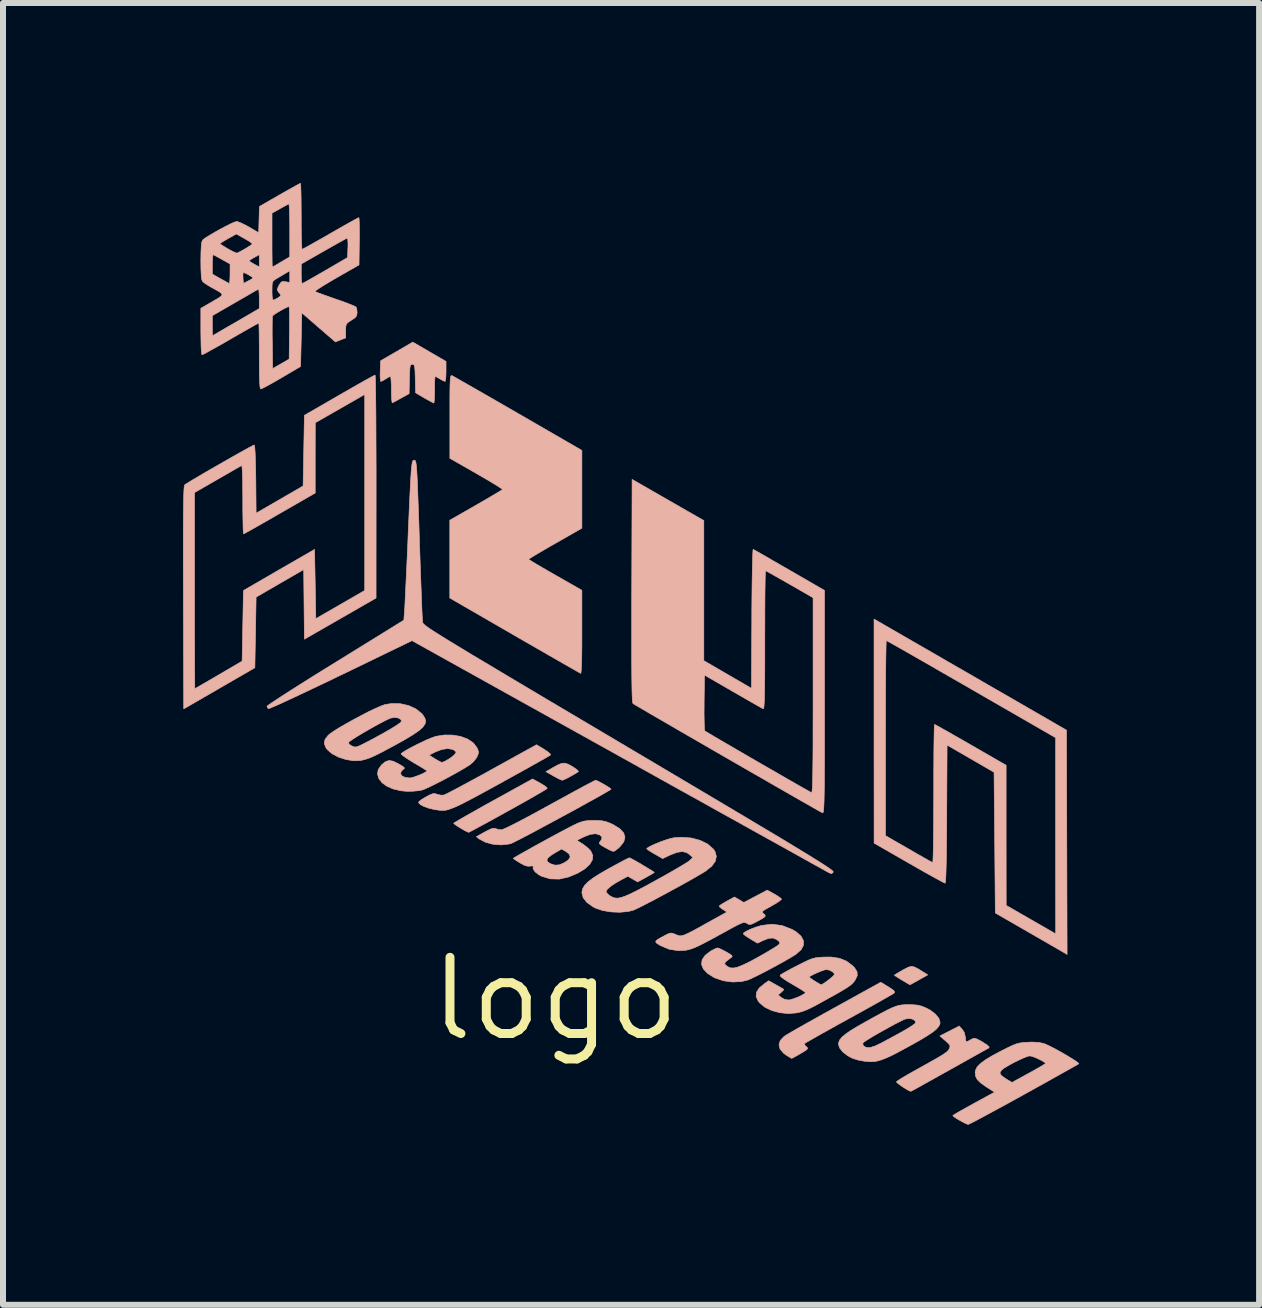
<source format=kicad_pcb>
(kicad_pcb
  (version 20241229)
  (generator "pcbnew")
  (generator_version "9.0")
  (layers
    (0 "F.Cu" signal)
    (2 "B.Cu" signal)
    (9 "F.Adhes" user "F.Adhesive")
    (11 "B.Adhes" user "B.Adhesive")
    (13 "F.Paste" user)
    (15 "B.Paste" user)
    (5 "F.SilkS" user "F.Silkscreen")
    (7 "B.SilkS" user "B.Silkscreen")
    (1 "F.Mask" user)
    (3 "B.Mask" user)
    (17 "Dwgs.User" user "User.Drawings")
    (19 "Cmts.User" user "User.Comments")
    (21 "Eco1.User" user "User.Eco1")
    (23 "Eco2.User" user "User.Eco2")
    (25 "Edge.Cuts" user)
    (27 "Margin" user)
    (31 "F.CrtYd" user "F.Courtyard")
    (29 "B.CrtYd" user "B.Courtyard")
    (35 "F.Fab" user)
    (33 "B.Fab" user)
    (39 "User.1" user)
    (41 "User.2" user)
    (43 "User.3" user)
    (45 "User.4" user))
  (footprint "logo"
    (layer "F.Cu")
    (at 6.903 10.794)
    (property "Reference" "logo" (at -0.7 2.8 0) (layer "F.SilkS") (effects (font (size 1.27 1.27) (thickness 0.15))))
    (attr through_hole)
    (fp_poly (pts (xy -0.589 -1.123) (xy -0.652 -1.099) (xy -0.737 -1.052) (xy -0.741 -1.05) (xy -0.855 -0.984) (xy -0.73 -0.913) (xy -0.664 -0.877) (xy -0.611 -0.851) (xy -0.584 -0.841) (xy -0.555 -0.851) (xy -0.502 -0.876) (xy -0.446 -0.906) (xy -0.383 -0.942) (xy -0.334 -0.971) (xy -0.314 -0.985) (xy -0.323 -1.003) (xy -0.36 -1.034) (xy -0.416 -1.071) (xy -0.484 -1.108) (xy -0.538 -1.126) (xy -0.589 -1.123)) (stroke (width 0.01) (type solid)) (fill yes) (layer "B.SilkS"))
    (fp_poly (pts (xy 5.185 2.274) (xy 5.122 2.306) (xy 5.091 2.323) (xy 5.025 2.361) (xy 4.975 2.391) (xy 4.952 2.407) (xy 4.952 2.408) (xy 4.968 2.42) (xy 5.01 2.447) (xy 5.066 2.482) (xy 5.125 2.517) (xy 5.176 2.547) (xy 5.207 2.565) (xy 5.212 2.567) (xy 5.231 2.557) (xy 5.278 2.531) (xy 5.343 2.495) (xy 5.362 2.484) (xy 5.508 2.402) (xy 5.419 2.346) (xy 5.338 2.296) (xy 5.281 2.269) (xy 5.234 2.261) (xy 5.185 2.274)) (stroke (width 0.01) (type solid)) (fill yes) (layer "B.SilkS"))
    (fp_poly (pts (xy -1.736 -0.5) (xy -1.888 -0.416) (xy -2.027 -0.337) (xy -2.15 -0.268) (xy -2.253 -0.209) (xy -2.33 -0.164) (xy -2.378 -0.135) (xy -2.393 -0.124) (xy -2.376 -0.108) (xy -2.334 -0.078) (xy -2.277 -0.043) (xy -2.219 -0.009) (xy -2.17 0.016) (xy -2.143 0.027) (xy -2.143 0.027) (xy -2.122 0.017) (xy -2.068 -0.011) (xy -1.986 -0.056) (xy -1.879 -0.113) (xy -1.753 -0.182) (xy -1.612 -0.26) (xy -1.484 -0.331) (xy -1.333 -0.415) (xy -1.194 -0.493) (xy -1.072 -0.562) (xy -0.971 -0.621) (xy -0.894 -0.666) (xy -0.847 -0.695) (xy -0.833 -0.706) (xy -0.847 -0.725) (xy -0.889 -0.756) (xy -0.951 -0.793) (xy -0.952 -0.794) (xy -1.078 -0.863) (xy -1.736 -0.5)) (stroke (width 0.01) (type solid)) (fill yes) (layer "B.SilkS"))
    (fp_poly (pts (xy 3.954 2.951) (xy 3.786 3.044) (xy 3.627 3.133) (xy 3.482 3.214) (xy 3.355 3.286) (xy 3.25 3.346) (xy 3.172 3.392) (xy 3.125 3.421) (xy 3.115 3.428) (xy 3.051 3.495) (xy 3.029 3.566) (xy 3.046 3.638) (xy 3.105 3.707) (xy 3.151 3.741) (xy 3.202 3.772) (xy 3.235 3.791) (xy 3.242 3.794) (xy 3.262 3.784) (xy 3.308 3.759) (xy 3.369 3.724) (xy 3.445 3.679) (xy 3.489 3.65) (xy 3.506 3.63) (xy 3.501 3.613) (xy 3.479 3.595) (xy 3.452 3.563) (xy 3.459 3.544) (xy 3.482 3.529) (xy 3.538 3.497) (xy 3.622 3.449) (xy 3.731 3.387) (xy 3.861 3.315) (xy 4.007 3.233) (xy 4.166 3.146) (xy 4.2 3.127) (xy 4.361 3.038) (xy 4.511 2.955) (xy 4.645 2.88) (xy 4.76 2.815) (xy 4.851 2.763) (xy 4.915 2.726) (xy 4.946 2.706) (xy 4.948 2.704) (xy 4.957 2.687) (xy 4.942 2.664) (xy 4.898 2.632) (xy 4.851 2.602) (xy 4.725 2.525) (xy 3.954 2.951)) (stroke (width 0.01) (type solid)) (fill yes) (layer "B.SilkS"))
    (fp_poly (pts (xy -1.759 -1.02) (xy -1.923 -0.929) (xy -2.078 -0.845) (xy -2.218 -0.769) (xy -2.339 -0.704) (xy -2.438 -0.652) (xy -2.51 -0.616) (xy -2.55 -0.597) (xy -2.556 -0.594) (xy -2.612 -0.593) (xy -2.667 -0.607) (xy -2.704 -0.619) (xy -2.74 -0.617) (xy -2.787 -0.599) (xy -2.857 -0.562) (xy -2.92 -0.524) (xy -2.964 -0.492) (xy -2.979 -0.471) (xy -2.979 -0.471) (xy -2.949 -0.437) (xy -2.887 -0.404) (xy -2.805 -0.375) (xy -2.712 -0.353) (xy -2.62 -0.34) (xy -2.54 -0.34) (xy -2.51 -0.345) (xy -2.466 -0.358) (xy -2.416 -0.376) (xy -2.355 -0.401) (xy -2.281 -0.436) (xy -2.19 -0.482) (xy -2.077 -0.541) (xy -1.939 -0.615) (xy -1.773 -0.706) (xy -1.574 -0.815) (xy -1.541 -0.834) (xy -1.378 -0.924) (xy -1.226 -1.008) (xy -1.09 -1.084) (xy -0.973 -1.15) (xy -0.88 -1.202) (xy -0.815 -1.24) (xy -0.781 -1.26) (xy -0.778 -1.263) (xy -0.785 -1.281) (xy -0.822 -1.314) (xy -0.881 -1.353) (xy -0.886 -1.357) (xy -1.012 -1.433) (xy -1.759 -1.02)) (stroke (width 0.01) (type solid)) (fill yes) (layer "B.SilkS"))
    (fp_poly (pts (xy -0.05 -0.831) (xy -0.105 -0.802) (xy -0.19 -0.758) (xy -0.299 -0.699) (xy -0.429 -0.629) (xy -0.576 -0.548) (xy -0.736 -0.461) (xy -0.795 -0.428) (xy -0.985 -0.324) (xy -1.155 -0.232) (xy -1.301 -0.155) (xy -1.422 -0.093) (xy -1.514 -0.048) (xy -1.574 -0.022) (xy -1.598 -0.015) (xy -1.657 -0.023) (xy -1.694 -0.036) (xy -1.725 -0.042) (xy -1.769 -0.031) (xy -1.836 0.001) (xy -1.874 0.021) (xy -2.014 0.1) (xy -1.966 0.137) (xy -1.865 0.191) (xy -1.74 0.225) (xy -1.605 0.236) (xy -1.473 0.222) (xy -1.441 0.214) (xy -1.41 0.201) (xy -1.348 0.17) (xy -1.259 0.125) (xy -1.149 0.067) (xy -1.02 -0.001) (xy -0.88 -0.077) (xy -0.731 -0.157) (xy -0.578 -0.24) (xy -0.426 -0.322) (xy -0.279 -0.402) (xy -0.143 -0.478) (xy -0.021 -0.545) (xy 0.082 -0.603) (xy 0.161 -0.649) (xy 0.212 -0.679) (xy 0.23 -0.693) (xy 0.213 -0.708) (xy 0.171 -0.737) (xy 0.114 -0.771) (xy 0.054 -0.804) (xy 0.004 -0.83) (xy -0.026 -0.841) (xy -0.027 -0.841) (xy -0.05 -0.831)) (stroke (width 0.01) (type solid)) (fill yes) (layer "B.SilkS"))
    (fp_poly (pts (xy 5.71 3.42) (xy 5.801 3.499) (xy 5.852 3.545) (xy 5.876 3.576) (xy 5.878 3.604) (xy 5.868 3.632) (xy 5.857 3.652) (xy 5.84 3.672) (xy 5.814 3.694) (xy 5.774 3.723) (xy 5.716 3.759) (xy 5.635 3.806) (xy 5.527 3.867) (xy 5.389 3.944) (xy 5.314 3.986) (xy 5.208 4.045) (xy 5.117 4.098) (xy 5.045 4.142) (xy 4.999 4.173) (xy 4.986 4.185) (xy 5.001 4.204) (xy 5.042 4.235) (xy 5.096 4.272) (xy 5.153 4.308) (xy 5.2 4.334) (xy 5.226 4.343) (xy 5.227 4.343) (xy 5.247 4.332) (xy 5.3 4.304) (xy 5.381 4.259) (xy 5.486 4.2) (xy 5.611 4.131) (xy 5.751 4.052) (xy 5.872 3.985) (xy 6.022 3.901) (xy 6.161 3.823) (xy 6.284 3.754) (xy 6.386 3.697) (xy 6.464 3.654) (xy 6.513 3.627) (xy 6.528 3.619) (xy 6.531 3.601) (xy 6.495 3.569) (xy 6.423 3.523) (xy 6.377 3.496) (xy 6.32 3.468) (xy 6.284 3.458) (xy 6.252 3.467) (xy 6.224 3.483) (xy 6.172 3.511) (xy 6.146 3.513) (xy 6.138 3.484) (xy 6.137 3.447) (xy 6.116 3.361) (xy 6.085 3.314) (xy 6.033 3.255) (xy 5.71 3.42)) (stroke (width 0.01) (type solid)) (fill yes) (layer "B.SilkS"))
    (fp_poly (pts (xy -3.342 -7.987) (xy -3.61 -7.832) (xy -3.617 -7.659) (xy -3.618 -7.58) (xy -3.615 -7.52) (xy -3.608 -7.489) (xy -3.606 -7.487) (xy -3.579 -7.498) (xy -3.533 -7.524) (xy -3.526 -7.529) (xy -3.48 -7.557) (xy -3.449 -7.571) (xy -3.446 -7.572) (xy -3.44 -7.552) (xy -3.435 -7.499) (xy -3.431 -7.42) (xy -3.43 -7.348) (xy -3.429 -7.257) (xy -3.425 -7.185) (xy -3.42 -7.141) (xy -3.414 -7.131) (xy -3.389 -7.144) (xy -3.337 -7.172) (xy -3.271 -7.209) (xy -3.267 -7.211) (xy -3.135 -7.284) (xy -3.13 -7.529) (xy -3.126 -7.633) (xy -3.123 -7.703) (xy -3.116 -7.745) (xy -3.106 -7.765) (xy -3.091 -7.772) (xy -3.081 -7.773) (xy -3.063 -7.77) (xy -3.05 -7.756) (xy -3.042 -7.725) (xy -3.037 -7.669) (xy -3.034 -7.581) (xy -3.033 -7.535) (xy -3.027 -7.298) (xy -2.881 -7.212) (xy -2.811 -7.173) (xy -2.756 -7.143) (xy -2.726 -7.128) (xy -2.723 -7.127) (xy -2.718 -7.147) (xy -2.714 -7.2) (xy -2.711 -7.278) (xy -2.711 -7.349) (xy -2.71 -7.441) (xy -2.708 -7.514) (xy -2.704 -7.56) (xy -2.701 -7.572) (xy -2.678 -7.562) (xy -2.634 -7.537) (xy -2.621 -7.529) (xy -2.573 -7.502) (xy -2.54 -7.488) (xy -2.536 -7.487) (xy -2.529 -7.507) (xy -2.523 -7.558) (xy -2.52 -7.632) (xy -2.52 -7.654) (xy -2.52 -7.821) (xy -3.074 -8.143) (xy -3.342 -7.987)) (stroke (width 0.01) (type solid)) (fill yes) (layer "B.SilkS"))
    (fp_poly (pts (xy -2.433 -7.585) (xy -2.44 -7.574) (xy -2.446 -7.548) (xy -2.45 -7.503) (xy -2.453 -7.435) (xy -2.455 -7.34) (xy -2.456 -7.214) (xy -2.456 -7.053) (xy -2.456 -6.902) (xy -2.456 -6.206) (xy -2.013 -5.953) (xy -1.891 -5.882) (xy -1.782 -5.818) (xy -1.691 -5.763) (xy -1.625 -5.721) (xy -1.586 -5.694) (xy -1.579 -5.687) (xy -1.599 -5.673) (xy -1.651 -5.641) (xy -1.729 -5.595) (xy -1.828 -5.536) (xy -1.943 -5.47) (xy -2.022 -5.424) (xy -2.457 -5.175) (xy -2.457 -3.878) (xy -1.376 -3.253) (xy -1.18 -3.14) (xy -0.995 -3.034) (xy -0.824 -2.935) (xy -0.67 -2.847) (xy -0.536 -2.77) (xy -0.427 -2.708) (xy -0.345 -2.661) (xy -0.293 -2.632) (xy -0.275 -2.622) (xy -0.27 -2.641) (xy -0.265 -2.698) (xy -0.261 -2.792) (xy -0.258 -2.918) (xy -0.256 -3.074) (xy -0.256 -3.256) (xy -0.256 -3.311) (xy -0.256 -4.007) (xy -0.699 -4.26) (xy -0.823 -4.331) (xy -0.933 -4.395) (xy -1.025 -4.449) (xy -1.094 -4.491) (xy -1.135 -4.517) (xy -1.144 -4.524) (xy -1.126 -4.537) (xy -1.077 -4.568) (xy -1.001 -4.613) (xy -0.903 -4.671) (xy -0.788 -4.738) (xy -0.7 -4.788) (xy -0.256 -5.042) (xy -0.256 -5.69) (xy -0.256 -6.338) (xy -1.323 -6.955) (xy -1.519 -7.068) (xy -1.703 -7.174) (xy -1.875 -7.273) (xy -2.028 -7.361) (xy -2.162 -7.437) (xy -2.272 -7.5) (xy -2.354 -7.547) (xy -2.406 -7.576) (xy -2.424 -7.585) (xy -2.433 -7.585)) (stroke (width 0.01) (type solid)) (fill yes) (layer "B.SilkS"))
    (fp_poly (pts (xy -3.537 -2.102) (xy -3.603 -2.079) (xy -3.696 -2.038) (xy -3.808 -1.985) (xy -3.931 -1.921) (xy -4.059 -1.853) (xy -4.183 -1.784) (xy -4.297 -1.718) (xy -4.391 -1.659) (xy -4.459 -1.611) (xy -4.484 -1.59) (xy -4.537 -1.52) (xy -4.549 -1.451) (xy -4.52 -1.38) (xy -4.498 -1.351) (xy -4.418 -1.283) (xy -4.309 -1.226) (xy -4.185 -1.186) (xy -4.058 -1.166) (xy -3.941 -1.171) (xy -3.938 -1.172) (xy -3.881 -1.185) (xy -3.821 -1.203) (xy -3.753 -1.23) (xy -3.671 -1.269) (xy -3.567 -1.322) (xy -3.436 -1.392) (xy -3.367 -1.429) (xy -3.201 -1.522) (xy -3.07 -1.601) (xy -2.973 -1.667) (xy -2.908 -1.725) (xy -2.87 -1.778) (xy -2.859 -1.827) (xy -2.859 -1.827) (xy -3.261 -1.827) (xy -3.28 -1.802) (xy -3.336 -1.761) (xy -3.427 -1.704) (xy -3.552 -1.632) (xy -3.71 -1.545) (xy -3.828 -1.483) (xy -3.915 -1.438) (xy -3.974 -1.41) (xy -4.014 -1.397) (xy -4.044 -1.396) (xy -4.074 -1.406) (xy -4.097 -1.416) (xy -4.135 -1.443) (xy -4.146 -1.471) (xy -4.126 -1.49) (xy -4.076 -1.524) (xy -4.003 -1.571) (xy -3.913 -1.625) (xy -3.815 -1.682) (xy -3.714 -1.739) (xy -3.617 -1.792) (xy -3.533 -1.836) (xy -3.467 -1.867) (xy -3.439 -1.878) (xy -3.376 -1.888) (xy -3.316 -1.879) (xy -3.274 -1.855) (xy -3.261 -1.827) (xy -2.859 -1.827) (xy -2.872 -1.876) (xy -2.905 -1.928) (xy -2.922 -1.949) (xy -3.02 -2.029) (xy -3.144 -2.086) (xy -3.284 -2.117) (xy -3.432 -2.119) (xy -3.537 -2.102)) (stroke (width 0.01) (type solid)) (fill yes) (layer "B.SilkS"))
    (fp_poly (pts (xy 2.742 1.578) (xy 2.731 1.581) (xy 2.646 1.606) (xy 2.564 1.637) (xy 2.495 1.669) (xy 2.448 1.697) (xy 2.433 1.716) (xy 2.449 1.734) (xy 2.493 1.766) (xy 2.552 1.803) (xy 2.671 1.874) (xy 2.764 1.829) (xy 2.857 1.793) (xy 2.929 1.788) (xy 2.991 1.813) (xy 3.007 1.825) (xy 3.04 1.856) (xy 3.042 1.878) (xy 3.023 1.901) (xy 2.993 1.923) (xy 2.934 1.96) (xy 2.851 2.01) (xy 2.753 2.067) (xy 2.684 2.106) (xy 2.541 2.183) (xy 2.428 2.238) (xy 2.34 2.273) (xy 2.271 2.288) (xy 2.217 2.285) (xy 2.173 2.265) (xy 2.159 2.255) (xy 2.131 2.23) (xy 2.124 2.208) (xy 2.142 2.183) (xy 2.188 2.146) (xy 2.229 2.116) (xy 2.248 2.099) (xy 2.245 2.082) (xy 2.217 2.06) (xy 2.157 2.024) (xy 2.15 2.02) (xy 2.085 1.986) (xy 2.032 1.961) (xy 2.006 1.953) (xy 1.974 1.963) (xy 1.922 1.989) (xy 1.892 2.005) (xy 1.8 2.075) (xy 1.748 2.15) (xy 1.738 2.227) (xy 1.768 2.303) (xy 1.838 2.377) (xy 1.947 2.446) (xy 1.963 2.453) (xy 2.1 2.5) (xy 2.252 2.521) (xy 2.401 2.514) (xy 2.508 2.488) (xy 2.567 2.463) (xy 2.653 2.421) (xy 2.759 2.368) (xy 2.877 2.306) (xy 2.997 2.241) (xy 3.111 2.178) (xy 3.212 2.12) (xy 3.29 2.072) (xy 3.313 2.057) (xy 3.396 1.984) (xy 3.437 1.908) (xy 3.436 1.831) (xy 3.395 1.756) (xy 3.314 1.684) (xy 3.245 1.644) (xy 3.079 1.58) (xy 2.912 1.558) (xy 2.742 1.578)) (stroke (width 0.01) (type solid)) (fill yes) (layer "B.SilkS"))
    (fp_poly (pts (xy 2.638 1.093) (xy 2.443 1.196) (xy 2.365 1.15) (xy 2.287 1.104) (xy 2.159 1.174) (xy 2.095 1.211) (xy 2.049 1.241) (xy 2.031 1.258) (xy 2.031 1.258) (xy 2.047 1.277) (xy 2.086 1.307) (xy 2.096 1.313) (xy 2.161 1.355) (xy 1.833 1.537) (xy 1.697 1.613) (xy 1.592 1.67) (xy 1.513 1.71) (xy 1.455 1.736) (xy 1.412 1.749) (xy 1.377 1.752) (xy 1.347 1.746) (xy 1.316 1.733) (xy 1.306 1.729) (xy 1.26 1.71) (xy 1.225 1.705) (xy 1.186 1.716) (xy 1.128 1.745) (xy 1.115 1.752) (xy 1.033 1.796) (xy 0.987 1.827) (xy 0.973 1.851) (xy 0.99 1.874) (xy 1.036 1.903) (xy 1.059 1.916) (xy 1.199 1.975) (xy 1.349 1.999) (xy 1.474 1.992) (xy 1.522 1.982) (xy 1.572 1.967) (xy 1.63 1.945) (xy 1.7 1.913) (xy 1.789 1.868) (xy 1.902 1.808) (xy 2.044 1.73) (xy 2.094 1.703) (xy 2.216 1.636) (xy 2.306 1.587) (xy 2.371 1.555) (xy 2.416 1.536) (xy 2.447 1.529) (xy 2.469 1.531) (xy 2.488 1.541) (xy 2.493 1.543) (xy 2.524 1.56) (xy 2.554 1.562) (xy 2.596 1.547) (xy 2.652 1.518) (xy 2.733 1.474) (xy 2.781 1.444) (xy 2.8 1.422) (xy 2.796 1.404) (xy 2.773 1.383) (xy 2.773 1.383) (xy 2.754 1.366) (xy 2.751 1.351) (xy 2.768 1.332) (xy 2.812 1.304) (xy 2.888 1.263) (xy 2.903 1.254) (xy 2.978 1.211) (xy 3.035 1.173) (xy 3.067 1.146) (xy 3.071 1.138) (xy 3.049 1.118) (xy 3.002 1.085) (xy 2.948 1.054) (xy 2.833 0.99) (xy 2.638 1.093)) (stroke (width 0.01) (type solid)) (fill yes) (layer "B.SilkS"))
    (fp_poly (pts (xy 5.132 2.899) (xy 5.078 2.903) (xy 5.027 2.911) (xy 4.973 2.927) (xy 4.911 2.952) (xy 4.833 2.989) (xy 4.735 3.04) (xy 4.611 3.108) (xy 4.494 3.173) (xy 4.342 3.259) (xy 4.224 3.33) (xy 4.138 3.39) (xy 4.078 3.441) (xy 4.041 3.486) (xy 4.023 3.53) (xy 4.02 3.559) (xy 4.039 3.62) (xy 4.091 3.685) (xy 4.168 3.746) (xy 4.253 3.792) (xy 4.344 3.821) (xy 4.451 3.841) (xy 4.557 3.85) (xy 4.634 3.845) (xy 4.691 3.832) (xy 4.75 3.813) (xy 4.818 3.786) (xy 4.901 3.748) (xy 5.005 3.695) (xy 5.136 3.624) (xy 5.205 3.587) (xy 5.366 3.497) (xy 5.491 3.422) (xy 5.585 3.36) (xy 5.651 3.307) (xy 5.691 3.26) (xy 5.711 3.219) (xy 5.713 3.195) (xy 5.712 3.191) (xy 5.308 3.191) (xy 5.307 3.197) (xy 5.291 3.217) (xy 5.246 3.25) (xy 5.172 3.297) (xy 5.066 3.358) (xy 4.925 3.435) (xy 4.749 3.53) (xy 4.742 3.534) (xy 4.634 3.586) (xy 4.554 3.612) (xy 4.494 3.615) (xy 4.447 3.593) (xy 4.435 3.583) (xy 4.425 3.549) (xy 4.428 3.537) (xy 4.449 3.518) (xy 4.5 3.485) (xy 4.574 3.439) (xy 4.665 3.386) (xy 4.764 3.33) (xy 4.865 3.274) (xy 4.961 3.222) (xy 5.045 3.179) (xy 5.108 3.148) (xy 5.13 3.139) (xy 5.188 3.129) (xy 5.246 3.137) (xy 5.29 3.159) (xy 5.308 3.191) (xy 5.712 3.191) (xy 5.694 3.128) (xy 5.638 3.058) (xy 5.552 2.992) (xy 5.485 2.956) (xy 5.411 2.925) (xy 5.342 2.907) (xy 5.261 2.9) (xy 5.195 2.899) (xy 5.132 2.899)) (stroke (width 0.01) (type solid)) (fill yes) (layer "B.SilkS"))
    (fp_poly (pts (xy -0.152 -0.169) (xy -0.226 -0.159) (xy -0.297 -0.136) (xy -0.365 -0.106) (xy -0.418 -0.08) (xy -0.495 -0.04) (xy -0.593 0.012) (xy -0.704 0.071) (xy -0.823 0.136) (xy -0.944 0.202) (xy -1.062 0.267) (xy -1.17 0.328) (xy -1.264 0.38) (xy -1.337 0.422) (xy -1.384 0.45) (xy -1.399 0.461) (xy -1.382 0.475) (xy -1.339 0.504) (xy -1.289 0.535) (xy -1.213 0.576) (xy -1.157 0.592) (xy -1.119 0.59) (xy -1.079 0.586) (xy -1.067 0.593) (xy -1.067 0.594) (xy -1.069 0.635) (xy -1.037 0.684) (xy -0.977 0.731) (xy -0.928 0.758) (xy -0.785 0.802) (xy -0.632 0.806) (xy -0.475 0.77) (xy -0.471 0.768) (xy -0.323 0.706) (xy -0.208 0.636) (xy -0.127 0.563) (xy -0.082 0.487) (xy -0.077 0.439) (xy -0.451 0.439) (xy -0.48 0.486) (xy -0.541 0.529) (xy -0.628 0.568) (xy -0.703 0.574) (xy -0.772 0.553) (xy -0.824 0.522) (xy -0.84 0.489) (xy -0.82 0.451) (xy -0.761 0.404) (xy -0.705 0.369) (xy -0.594 0.304) (xy -0.519 0.348) (xy -0.464 0.393) (xy -0.451 0.439) (xy -0.077 0.439) (xy -0.074 0.412) (xy -0.107 0.339) (xy -0.109 0.336) (xy -0.157 0.287) (xy -0.221 0.236) (xy -0.248 0.218) (xy -0.339 0.16) (xy -0.228 0.104) (xy -0.116 0.06) (xy -0.024 0.05) (xy 0.042 0.07) (xy 0.078 0.103) (xy 0.074 0.144) (xy 0.05 0.177) (xy 0.034 0.199) (xy 0.038 0.219) (xy 0.067 0.243) (xy 0.128 0.279) (xy 0.129 0.279) (xy 0.193 0.314) (xy 0.246 0.338) (xy 0.271 0.344) (xy 0.301 0.331) (xy 0.348 0.294) (xy 0.382 0.262) (xy 0.443 0.183) (xy 0.462 0.108) (xy 0.44 0.036) (xy 0.376 -0.033) (xy 0.27 -0.099) (xy 0.231 -0.118) (xy 0.156 -0.148) (xy 0.082 -0.165) (xy -0.007 -0.171) (xy -0.055 -0.172) (xy -0.152 -0.169)) (stroke (width 0.01) (type solid)) (fill yes) (layer "B.SilkS"))
    (fp_poly (pts (xy 7.177 3.525) (xy 7.104 3.529) (xy 7.045 3.537) (xy 6.989 3.551) (xy 6.927 3.575) (xy 6.848 3.612) (xy 6.742 3.665) (xy 6.736 3.668) (xy 6.584 3.749) (xy 6.468 3.819) (xy 6.385 3.881) (xy 6.331 3.937) (xy 6.304 3.992) (xy 6.298 4.034) (xy 6.306 4.093) (xy 6.333 4.146) (xy 6.386 4.199) (xy 6.47 4.26) (xy 6.501 4.28) (xy 6.622 4.357) (xy 6.274 4.547) (xy 6.165 4.607) (xy 6.069 4.661) (xy 5.994 4.704) (xy 5.944 4.734) (xy 5.926 4.748) (xy 5.926 4.748) (xy 5.942 4.765) (xy 5.985 4.794) (xy 6.042 4.828) (xy 6.102 4.861) (xy 6.153 4.885) (xy 6.182 4.895) (xy 6.206 4.884) (xy 6.263 4.856) (xy 6.35 4.81) (xy 6.462 4.75) (xy 6.597 4.677) (xy 6.75 4.594) (xy 6.918 4.502) (xy 7.097 4.403) (xy 7.111 4.395) (xy 7.29 4.296) (xy 7.458 4.203) (xy 7.611 4.117) (xy 7.745 4.042) (xy 7.858 3.979) (xy 7.944 3.93) (xy 8.001 3.898) (xy 8.025 3.883) (xy 8.025 3.883) (xy 8.021 3.878) (xy 7.47 3.878) (xy 7.453 3.892) (xy 7.404 3.922) (xy 7.331 3.964) (xy 7.241 4.015) (xy 7.191 4.042) (xy 6.912 4.195) (xy 6.826 4.144) (xy 6.77 4.106) (xy 6.729 4.072) (xy 6.719 4.061) (xy 6.713 4.025) (xy 6.74 3.987) (xy 6.785 3.953) (xy 6.855 3.911) (xy 6.939 3.865) (xy 7.028 3.821) (xy 7.11 3.784) (xy 7.175 3.759) (xy 7.209 3.752) (xy 7.25 3.761) (xy 7.308 3.783) (xy 7.372 3.812) (xy 7.428 3.842) (xy 7.463 3.867) (xy 7.47 3.878) (xy 8.021 3.878) (xy 8.014 3.868) (xy 7.972 3.837) (xy 7.908 3.796) (xy 7.827 3.747) (xy 7.738 3.695) (xy 7.647 3.645) (xy 7.563 3.601) (xy 7.491 3.566) (xy 7.445 3.547) (xy 7.358 3.528) (xy 7.243 3.522) (xy 7.177 3.525)) (stroke (width 0.01) (type solid)) (fill yes) (layer "B.SilkS"))
    (fp_poly (pts (xy -2.69 -1.573) (xy -2.752 -1.551) (xy -2.838 -1.516) (xy -2.936 -1.47) (xy -3.038 -1.42) (xy -3.133 -1.37) (xy -3.211 -1.325) (xy -3.262 -1.291) (xy -3.269 -1.285) (xy -3.259 -1.268) (xy -3.218 -1.236) (xy -3.153 -1.192) (xy -3.07 -1.141) (xy -3.063 -1.136) (xy -2.977 -1.086) (xy -2.906 -1.043) (xy -2.857 -1.012) (xy -2.838 -0.998) (xy -2.838 -0.997) (xy -2.856 -0.98) (xy -2.903 -0.954) (xy -2.965 -0.927) (xy -3.032 -0.902) (xy -3.091 -0.884) (xy -3.124 -0.879) (xy -3.203 -0.889) (xy -3.255 -0.914) (xy -3.278 -0.95) (xy -3.266 -0.991) (xy -3.239 -1.017) (xy -3.217 -1.035) (xy -3.216 -1.051) (xy -3.24 -1.072) (xy -3.295 -1.105) (xy -3.314 -1.116) (xy -3.4 -1.158) (xy -3.467 -1.171) (xy -3.526 -1.153) (xy -3.588 -1.103) (xy -3.598 -1.093) (xy -3.65 -1.019) (xy -3.662 -0.944) (xy -3.64 -0.87) (xy -3.587 -0.801) (xy -3.506 -0.742) (xy -3.4 -0.696) (xy -3.273 -0.666) (xy -3.179 -0.657) (xy -3.081 -0.658) (xy -2.985 -0.666) (xy -2.92 -0.678) (xy -2.868 -0.698) (xy -2.787 -0.735) (xy -2.686 -0.785) (xy -2.572 -0.843) (xy -2.455 -0.906) (xy -2.34 -0.969) (xy -2.238 -1.028) (xy -2.155 -1.078) (xy -2.126 -1.097) (xy -2.065 -1.149) (xy -2.016 -1.21) (xy -2.003 -1.232) (xy -1.982 -1.284) (xy -1.98 -1.317) (xy -2.355 -1.317) (xy -2.356 -1.296) (xy -2.383 -1.264) (xy -2.424 -1.228) (xy -2.482 -1.189) (xy -2.54 -1.156) (xy -2.584 -1.139) (xy -2.589 -1.138) (xy -2.615 -1.148) (xy -2.663 -1.174) (xy -2.704 -1.198) (xy -2.802 -1.26) (xy -2.694 -1.315) (xy -2.591 -1.354) (xy -2.493 -1.369) (xy -2.413 -1.356) (xy -2.382 -1.34) (xy -2.355 -1.317) (xy -1.98 -1.317) (xy -1.98 -1.322) (xy -1.997 -1.369) (xy -2.006 -1.386) (xy -2.066 -1.464) (xy -2.159 -1.527) (xy -2.276 -1.571) (xy -2.409 -1.594) (xy -2.551 -1.595) (xy -2.69 -1.573)) (stroke (width 0.01) (type solid)) (fill yes) (layer "B.SilkS"))
    (fp_poly (pts (xy 3.772 2.106) (xy 3.698 2.111) (xy 3.638 2.118) (xy 3.583 2.132) (xy 3.521 2.156) (xy 3.443 2.193) (xy 3.339 2.245) (xy 3.329 2.251) (xy 3.232 2.301) (xy 3.148 2.347) (xy 3.085 2.383) (xy 3.05 2.405) (xy 3.047 2.408) (xy 3.056 2.429) (xy 3.102 2.466) (xy 3.184 2.519) (xy 3.249 2.557) (xy 3.334 2.607) (xy 3.404 2.65) (xy 3.452 2.682) (xy 3.47 2.697) (xy 3.47 2.698) (xy 3.452 2.717) (xy 3.405 2.745) (xy 3.342 2.774) (xy 3.275 2.799) (xy 3.215 2.817) (xy 3.182 2.821) (xy 3.117 2.808) (xy 3.065 2.779) (xy 3.015 2.736) (xy 3.065 2.694) (xy 3.098 2.662) (xy 3.108 2.644) (xy 3.108 2.643) (xy 3.086 2.63) (xy 3.039 2.602) (xy 2.978 2.568) (xy 2.857 2.5) (xy 2.788 2.548) (xy 2.7 2.621) (xy 2.654 2.692) (xy 2.648 2.765) (xy 2.683 2.84) (xy 2.708 2.871) (xy 2.795 2.942) (xy 2.911 2.997) (xy 3.044 3.033) (xy 3.184 3.047) (xy 3.319 3.036) (xy 3.332 3.033) (xy 3.385 3.021) (xy 3.435 3.006) (xy 3.488 2.985) (xy 3.551 2.956) (xy 3.632 2.915) (xy 3.736 2.858) (xy 3.846 2.797) (xy 3.98 2.723) (xy 4.082 2.664) (xy 4.157 2.618) (xy 4.212 2.58) (xy 4.251 2.547) (xy 4.28 2.514) (xy 4.3 2.486) (xy 4.333 2.415) (xy 4.332 2.396) (xy 3.952 2.396) (xy 3.934 2.42) (xy 3.892 2.457) (xy 3.838 2.5) (xy 3.785 2.538) (xy 3.744 2.563) (xy 3.73 2.567) (xy 3.711 2.557) (xy 3.667 2.532) (xy 3.629 2.509) (xy 3.576 2.474) (xy 3.541 2.447) (xy 3.533 2.438) (xy 3.551 2.422) (xy 3.597 2.398) (xy 3.658 2.369) (xy 3.723 2.342) (xy 3.779 2.322) (xy 3.815 2.313) (xy 3.815 2.313) (xy 3.87 2.323) (xy 3.919 2.349) (xy 3.949 2.38) (xy 3.952 2.396) (xy 4.332 2.396) (xy 4.33 2.351) (xy 4.289 2.284) (xy 4.254 2.249) (xy 4.153 2.173) (xy 4.036 2.126) (xy 3.896 2.105) (xy 3.772 2.106)) (stroke (width 0.01) (type solid)) (fill yes) (layer "B.SilkS"))
    (fp_poly (pts (xy 1.279 0.117) (xy 1.219 0.13) (xy 1.141 0.154) (xy 1.056 0.184) (xy 0.972 0.218) (xy 0.899 0.251) (xy 0.847 0.279) (xy 0.824 0.299) (xy 0.824 0.3) (xy 0.841 0.316) (xy 0.886 0.346) (xy 0.95 0.384) (xy 0.957 0.388) (xy 1.09 0.464) (xy 1.216 0.404) (xy 1.328 0.361) (xy 1.416 0.347) (xy 1.489 0.363) (xy 1.536 0.395) (xy 1.594 0.445) (xy 1.542 0.496) (xy 1.511 0.519) (xy 1.447 0.559) (xy 1.357 0.613) (xy 1.245 0.678) (xy 1.119 0.75) (xy 0.981 0.826) (xy 0.976 0.829) (xy 0.805 0.923) (xy 0.666 0.996) (xy 0.554 1.052) (xy 0.466 1.09) (xy 0.397 1.114) (xy 0.341 1.124) (xy 0.295 1.121) (xy 0.255 1.108) (xy 0.215 1.087) (xy 0.171 1.052) (xy 0.148 1.019) (xy 0.147 1.013) (xy 0.166 0.977) (xy 0.221 0.928) (xy 0.307 0.87) (xy 0.398 0.819) (xy 0.511 0.759) (xy 0.674 0.853) (xy 0.812 0.777) (xy 0.879 0.739) (xy 0.928 0.711) (xy 0.95 0.695) (xy 0.951 0.695) (xy 0.934 0.681) (xy 0.889 0.653) (xy 0.825 0.614) (xy 0.752 0.57) (xy 0.677 0.526) (xy 0.61 0.488) (xy 0.56 0.461) (xy 0.536 0.451) (xy 0.536 0.451) (xy 0.513 0.46) (xy 0.459 0.487) (xy 0.382 0.528) (xy 0.286 0.58) (xy 0.205 0.624) (xy 0.051 0.712) (xy -0.067 0.787) (xy -0.153 0.852) (xy -0.21 0.911) (xy -0.243 0.966) (xy -0.255 1.022) (xy -0.256 1.031) (xy -0.235 1.116) (xy -0.173 1.195) (xy -0.071 1.267) (xy -0.027 1.29) (xy 0.09 1.33) (xy 0.23 1.353) (xy 0.377 1.359) (xy 0.515 1.346) (xy 0.602 1.324) (xy 0.649 1.303) (xy 0.726 1.266) (xy 0.828 1.213) (xy 0.948 1.151) (xy 1.08 1.08) (xy 1.219 1.005) (xy 1.357 0.93) (xy 1.489 0.857) (xy 1.608 0.79) (xy 1.709 0.731) (xy 1.785 0.686) (xy 1.808 0.671) (xy 1.908 0.591) (xy 1.967 0.509) (xy 1.985 0.427) (xy 1.962 0.345) (xy 1.932 0.303) (xy 1.838 0.221) (xy 1.713 0.16) (xy 1.566 0.121) (xy 1.405 0.109) (xy 1.279 0.117)) (stroke (width 0.01) (type solid)) (fill yes) (layer "B.SilkS"))
    (fp_poly (pts (xy 4.613 -1.66) (xy 4.614 0.207) (xy 5.194 0.54) (xy 5.337 0.622) (xy 5.469 0.697) (xy 5.584 0.761) (xy 5.679 0.813) (xy 5.749 0.851) (xy 5.79 0.871) (xy 5.797 0.874) (xy 5.803 0.854) (xy 5.808 0.792) (xy 5.812 0.69) (xy 5.816 0.547) (xy 5.819 0.362) (xy 5.822 0.136) (xy 5.824 -0.133) (xy 5.824 -0.277) (xy 5.83 -1.427) (xy 6.221 -1.201) (xy 6.613 -0.974) (xy 6.624 0.199) (xy 6.634 1.371) (xy 7.174 1.682) (xy 7.314 1.763) (xy 7.445 1.838) (xy 7.56 1.905) (xy 7.656 1.96) (xy 7.727 2.001) (xy 7.768 2.025) (xy 7.772 2.027) (xy 7.83 2.062) (xy 7.829 1.719) (xy 7.64 1.719) (xy 7.227 1.481) (xy 6.815 1.244) (xy 6.814 0.077) (xy 6.814 -1.091) (xy 6.224 -1.431) (xy 6.08 -1.514) (xy 5.948 -1.589) (xy 5.833 -1.655) (xy 5.738 -1.708) (xy 5.669 -1.747) (xy 5.628 -1.768) (xy 5.621 -1.772) (xy 5.618 -1.751) (xy 5.616 -1.692) (xy 5.614 -1.599) (xy 5.612 -1.474) (xy 5.61 -1.323) (xy 5.609 -1.148) (xy 5.608 -0.954) (xy 5.608 -0.745) (xy 5.608 -0.617) (xy 5.607 -0.397) (xy 5.606 -0.192) (xy 5.605 -0.005) (xy 5.603 0.16) (xy 5.601 0.299) (xy 5.598 0.409) (xy 5.595 0.486) (xy 5.591 0.526) (xy 5.589 0.532) (xy 5.566 0.519) (xy 5.512 0.489) (xy 5.433 0.444) (xy 5.334 0.388) (xy 5.222 0.323) (xy 5.187 0.303) (xy 4.803 0.082) (xy 4.803 -1.543) (xy 4.804 -1.802) (xy 4.804 -2.047) (xy 4.805 -2.277) (xy 4.806 -2.487) (xy 4.807 -2.676) (xy 4.809 -2.838) (xy 4.811 -2.972) (xy 4.813 -3.074) (xy 4.815 -3.14) (xy 4.817 -3.168) (xy 4.818 -3.169) (xy 4.838 -3.159) (xy 4.892 -3.129) (xy 4.977 -3.081) (xy 5.09 -3.017) (xy 5.228 -2.938) (xy 5.389 -2.846) (xy 5.569 -2.743) (xy 5.766 -2.629) (xy 5.977 -2.508) (xy 6.2 -2.38) (xy 6.235 -2.359) (xy 7.639 -1.55) (xy 7.639 0.084) (xy 7.64 1.719) (xy 7.829 1.719) (xy 7.825 0.193) (xy 7.82 -1.676) (xy 6.708 -2.318) (xy 6.491 -2.443) (xy 6.271 -2.571) (xy 6.052 -2.697) (xy 5.839 -2.819) (xy 5.64 -2.935) (xy 5.457 -3.04) (xy 5.298 -3.132) (xy 5.167 -3.207) (xy 5.105 -3.243) (xy 4.613 -3.527) (xy 4.613 -1.66)) (stroke (width 0.01) (type solid)) (fill yes) (layer "B.SilkS"))
    (fp_poly (pts (xy -3.724 -7.583) (xy -3.778 -7.554) (xy -3.86 -7.509) (xy -3.965 -7.45) (xy -4.088 -7.38) (xy -4.225 -7.301) (xy -4.3 -7.258) (xy -4.88 -6.923) (xy -4.891 -6.334) (xy -4.902 -5.745) (xy -5.685 -5.292) (xy -5.69 -5.86) (xy -5.693 -6.037) (xy -5.697 -6.184) (xy -5.701 -6.3) (xy -5.707 -6.38) (xy -5.713 -6.423) (xy -5.717 -6.429) (xy -5.74 -6.418) (xy -5.793 -6.39) (xy -5.873 -6.346) (xy -5.972 -6.291) (xy -6.087 -6.226) (xy -6.21 -6.156) (xy -6.337 -6.083) (xy -6.463 -6.011) (xy -6.581 -5.942) (xy -6.686 -5.88) (xy -6.774 -5.828) (xy -6.837 -5.789) (xy -6.872 -5.767) (xy -6.875 -5.764) (xy -6.88 -5.751) (xy -6.884 -5.722) (xy -6.888 -5.673) (xy -6.891 -5.603) (xy -6.893 -5.509) (xy -6.895 -5.389) (xy -6.897 -5.241) (xy -6.898 -5.063) (xy -6.898 -4.852) (xy -6.898 -4.606) (xy -6.898 -4.323) (xy -6.897 -4) (xy -6.897 -3.885) (xy -6.891 -2.031) (xy -6.299 -2.373) (xy -5.706 -2.716) (xy -5.695 -3.304) (xy -5.685 -3.893) (xy -5.288 -4.123) (xy -4.892 -4.352) (xy -4.886 -3.772) (xy -4.88 -3.192) (xy -4.283 -3.535) (xy -3.686 -3.878) (xy -3.686 -4.004) (xy -3.875 -4.004) (xy -4.282 -3.769) (xy -4.69 -3.534) (xy -4.7 -4.111) (xy -4.711 -4.688) (xy -5.304 -4.346) (xy -5.896 -4.003) (xy -5.907 -3.415) (xy -5.918 -2.826) (xy -6.309 -2.597) (xy -6.425 -2.529) (xy -6.527 -2.47) (xy -6.611 -2.421) (xy -6.672 -2.386) (xy -6.703 -2.368) (xy -6.706 -2.366) (xy -6.707 -2.387) (xy -6.708 -2.446) (xy -6.708 -2.542) (xy -6.709 -2.67) (xy -6.71 -2.827) (xy -6.71 -3.011) (xy -6.711 -3.218) (xy -6.711 -3.444) (xy -6.711 -3.687) (xy -6.711 -3.944) (xy -6.711 -4) (xy -6.711 -5.635) (xy -6.326 -5.857) (xy -6.21 -5.924) (xy -6.107 -5.983) (xy -6.022 -6.032) (xy -5.96 -6.067) (xy -5.927 -6.085) (xy -5.924 -6.086) (xy -5.92 -6.068) (xy -5.916 -6.013) (xy -5.912 -5.926) (xy -5.909 -5.813) (xy -5.908 -5.679) (xy -5.907 -5.529) (xy -5.907 -5.52) (xy -5.907 -5.369) (xy -5.905 -5.233) (xy -5.903 -5.118) (xy -5.901 -5.028) (xy -5.898 -4.969) (xy -5.894 -4.947) (xy -5.894 -4.947) (xy -5.873 -4.957) (xy -5.82 -4.986) (xy -5.74 -5.031) (xy -5.636 -5.09) (xy -5.513 -5.16) (xy -5.376 -5.239) (xy -5.291 -5.288) (xy -4.7 -5.628) (xy -4.7 -6.214) (xy -4.699 -6.799) (xy -3.875 -7.271) (xy -3.875 -4.004) (xy -3.686 -4.004) (xy -3.685 -5.735) (xy -3.685 -6.012) (xy -3.686 -6.276) (xy -3.687 -6.524) (xy -3.688 -6.754) (xy -3.689 -6.963) (xy -3.691 -7.147) (xy -3.693 -7.303) (xy -3.695 -7.429) (xy -3.697 -7.521) (xy -3.7 -7.577) (xy -3.702 -7.593) (xy -3.724 -7.583)) (stroke (width 0.01) (type solid)) (fill yes) (layer "B.SilkS"))
    (fp_poly (pts (xy -3.061 -6.174) (xy -3.069 -6.169) (xy -3.076 -6.157) (xy -3.083 -6.135) (xy -3.089 -6.099) (xy -3.095 -6.047) (xy -3.101 -5.976) (xy -3.107 -5.883) (xy -3.114 -5.764) (xy -3.121 -5.616) (xy -3.13 -5.437) (xy -3.139 -5.223) (xy -3.15 -4.972) (xy -3.155 -4.841) (xy -3.164 -4.634) (xy -3.173 -4.434) (xy -3.182 -4.246) (xy -3.19 -4.076) (xy -3.197 -3.929) (xy -3.203 -3.81) (xy -3.207 -3.723) (xy -3.21 -3.683) (xy -3.223 -3.509) (xy -4.363 -2.804) (xy -4.563 -2.681) (xy -4.751 -2.564) (xy -4.925 -2.454) (xy -5.082 -2.355) (xy -5.219 -2.267) (xy -5.332 -2.193) (xy -5.42 -2.135) (xy -5.478 -2.095) (xy -5.503 -2.075) (xy -5.504 -2.073) (xy -5.488 -2.042) (xy -5.477 -2.035) (xy -5.454 -2.042) (xy -5.396 -2.067) (xy -5.306 -2.106) (xy -5.189 -2.16) (xy -5.046 -2.226) (xy -4.883 -2.303) (xy -4.701 -2.389) (xy -4.505 -2.482) (xy -4.297 -2.583) (xy -4.268 -2.596) (xy -3.087 -3.168) (xy 0.366 -1.246) (xy 0.721 -1.048) (xy 1.067 -0.855) (xy 1.401 -0.669) (xy 1.722 -0.491) (xy 2.028 -0.32) (xy 2.317 -0.16) (xy 2.587 -0.009) (xy 2.836 0.129) (xy 3.063 0.255) (xy 3.266 0.368) (xy 3.442 0.466) (xy 3.59 0.549) (xy 3.709 0.614) (xy 3.795 0.663) (xy 3.848 0.692) (xy 3.866 0.702) (xy 3.904 0.715) (xy 3.927 0.698) (xy 3.933 0.689) (xy 3.932 0.682) (xy 3.924 0.672) (xy 3.906 0.656) (xy 3.878 0.635) (xy 3.838 0.607) (xy 3.785 0.572) (xy 3.716 0.528) (xy 3.631 0.475) (xy 3.529 0.411) (xy 3.407 0.337) (xy 3.264 0.25) (xy 3.099 0.15) (xy 2.91 0.037) (xy 2.695 -0.091) (xy 2.454 -0.235) (xy 2.185 -0.395) (xy 1.887 -0.572) (xy 1.557 -0.768) (xy 1.194 -0.983) (xy 0.798 -1.218) (xy 0.526 -1.379) (xy 0.11 -1.626) (xy -0.27 -1.851) (xy -0.617 -2.057) (xy -0.933 -2.244) (xy -1.218 -2.414) (xy -1.474 -2.566) (xy -1.703 -2.703) (xy -1.906 -2.824) (xy -2.086 -2.931) (xy -2.242 -3.026) (xy -2.377 -3.108) (xy -2.493 -3.178) (xy -2.591 -3.239) (xy -2.672 -3.29) (xy -2.738 -3.332) (xy -2.791 -3.367) (xy -2.832 -3.396) (xy -2.862 -3.418) (xy -2.883 -3.436) (xy -2.897 -3.45) (xy -2.906 -3.461) (xy -2.91 -3.471) (xy -2.911 -3.475) (xy -2.913 -3.508) (xy -2.917 -3.58) (xy -2.922 -3.685) (xy -2.927 -3.819) (xy -2.933 -3.978) (xy -2.94 -4.157) (xy -2.947 -4.351) (xy -2.954 -4.555) (xy -2.964 -4.855) (xy -2.972 -5.116) (xy -2.98 -5.339) (xy -2.987 -5.529) (xy -2.993 -5.688) (xy -2.998 -5.818) (xy -3.003 -5.922) (xy -3.008 -6.004) (xy -3.013 -6.066) (xy -3.018 -6.111) (xy -3.023 -6.141) (xy -3.029 -6.16) (xy -3.035 -6.17) (xy -3.042 -6.174) (xy -3.05 -6.175) (xy -3.051 -6.175) (xy -3.061 -6.174)) (stroke (width 0.01) (type solid)) (fill yes) (layer "B.SilkS"))
    (fp_poly (pts (xy 0.575 -4) (xy 0.574 -3.664) (xy 0.574 -3.368) (xy 0.574 -3.11) (xy 0.574 -2.887) (xy 0.575 -2.698) (xy 0.576 -2.541) (xy 0.578 -2.412) (xy 0.58 -2.309) (xy 0.583 -2.232) (xy 0.586 -2.176) (xy 0.59 -2.14) (xy 0.595 -2.123) (xy 0.596 -2.12) (xy 0.618 -2.106) (xy 0.673 -2.073) (xy 0.759 -2.023) (xy 0.871 -1.957) (xy 1.007 -1.878) (xy 1.163 -1.788) (xy 1.336 -1.687) (xy 1.523 -1.579) (xy 1.721 -1.465) (xy 1.926 -1.346) (xy 2.134 -1.226) (xy 2.344 -1.105) (xy 2.55 -0.986) (xy 2.751 -0.871) (xy 2.943 -0.76) (xy 3.122 -0.658) (xy 3.285 -0.564) (xy 3.43 -0.481) (xy 3.552 -0.412) (xy 3.648 -0.357) (xy 3.716 -0.319) (xy 3.752 -0.3) (xy 3.756 -0.298) (xy 3.761 -0.3) (xy 3.766 -0.311) (xy 3.77 -0.334) (xy 3.774 -0.371) (xy 3.777 -0.426) (xy 3.78 -0.5) (xy 3.782 -0.596) (xy 3.784 -0.717) (xy 3.785 -0.864) (xy 3.786 -1.041) (xy 3.787 -1.25) (xy 3.787 -1.493) (xy 3.787 -1.773) (xy 3.787 -2.093) (xy 3.787 -2.145) (xy 3.787 -3.883) (xy 3.597 -3.883) (xy 3.597 -2.254) (xy 3.597 -1.942) (xy 3.596 -1.67) (xy 3.596 -1.436) (xy 3.595 -1.237) (xy 3.593 -1.071) (xy 3.591 -0.936) (xy 3.589 -0.829) (xy 3.586 -0.748) (xy 3.583 -0.69) (xy 3.579 -0.654) (xy 3.574 -0.637) (xy 3.57 -0.635) (xy 3.547 -0.647) (xy 3.491 -0.679) (xy 3.406 -0.727) (xy 3.295 -0.79) (xy 3.162 -0.866) (xy 3.012 -0.953) (xy 2.847 -1.048) (xy 2.676 -1.146) (xy 2.501 -1.248) (xy 2.337 -1.343) (xy 2.188 -1.43) (xy 2.057 -1.506) (xy 1.948 -1.57) (xy 1.865 -1.619) (xy 1.812 -1.651) (xy 1.792 -1.664) (xy 1.787 -1.689) (xy 1.784 -1.75) (xy 1.782 -1.84) (xy 1.78 -1.954) (xy 1.781 -2.084) (xy 1.781 -2.137) (xy 1.787 -2.594) (xy 2.263 -2.319) (xy 2.393 -2.244) (xy 2.511 -2.176) (xy 2.613 -2.118) (xy 2.692 -2.073) (xy 2.746 -2.043) (xy 2.766 -2.032) (xy 2.772 -2.038) (xy 2.777 -2.061) (xy 2.781 -2.106) (xy 2.785 -2.174) (xy 2.787 -2.268) (xy 2.789 -2.391) (xy 2.791 -2.547) (xy 2.792 -2.737) (xy 2.792 -2.964) (xy 2.792 -3.177) (xy 2.793 -3.394) (xy 2.793 -3.598) (xy 2.794 -3.784) (xy 2.795 -3.95) (xy 2.797 -4.09) (xy 2.799 -4.203) (xy 2.801 -4.282) (xy 2.803 -4.326) (xy 2.804 -4.333) (xy 2.825 -4.323) (xy 2.877 -4.295) (xy 2.954 -4.251) (xy 3.052 -4.196) (xy 3.164 -4.132) (xy 3.206 -4.108) (xy 3.597 -3.883) (xy 3.787 -3.883) (xy 3.787 -4.005) (xy 3.201 -4.344) (xy 3.058 -4.426) (xy 2.926 -4.502) (xy 2.811 -4.569) (xy 2.716 -4.623) (xy 2.646 -4.663) (xy 2.606 -4.685) (xy 2.598 -4.689) (xy 2.595 -4.67) (xy 2.592 -4.612) (xy 2.589 -4.52) (xy 2.586 -4.397) (xy 2.583 -4.246) (xy 2.58 -4.072) (xy 2.578 -3.879) (xy 2.576 -3.669) (xy 2.576 -3.535) (xy 2.57 -2.373) (xy 1.776 -2.834) (xy 1.776 -4.001) (xy 1.776 -5.169) (xy 1.178 -5.512) (xy 0.581 -5.855) (xy 0.575 -4)) (stroke (width 0.01) (type solid)) (fill yes) (layer "B.SilkS"))
    (fp_poly (pts (xy -4.967 -10.779) (xy -5.019 -10.751) (xy -5.096 -10.708) (xy -5.191 -10.655) (xy -5.294 -10.596) (xy -5.63 -10.403) (xy -5.636 -10.184) (xy -5.642 -9.965) (xy -5.801 -10.059) (xy -5.879 -10.101) (xy -5.949 -10.134) (xy -5.998 -10.152) (xy -6.008 -10.153) (xy -6.044 -10.143) (xy -6.106 -10.116) (xy -6.187 -10.075) (xy -6.279 -10.027) (xy -6.371 -9.975) (xy -6.456 -9.925) (xy -6.526 -9.882) (xy -6.57 -9.849) (xy -6.579 -9.84) (xy -6.591 -9.807) (xy -6.599 -9.741) (xy -6.604 -9.639) (xy -6.606 -9.498) (xy -6.606 -9.498) (xy -6.604 -9.356) (xy -6.599 -9.254) (xy -6.591 -9.188) (xy -6.579 -9.156) (xy -6.548 -9.129) (xy -6.491 -9.091) (xy -6.426 -9.053) (xy -6.333 -9.002) (xy -6.275 -8.966) (xy -6.252 -8.938) (xy -6.264 -8.911) (xy -6.311 -8.878) (xy -6.391 -8.831) (xy -6.413 -8.818) (xy -6.606 -8.706) (xy -6.606 -8.319) (xy -6.604 -8.187) (xy -6.602 -8.077) (xy -6.597 -7.995) (xy -6.591 -7.944) (xy -6.586 -7.931) (xy -6.563 -7.942) (xy -6.508 -7.97) (xy -6.428 -8.015) (xy -6.326 -8.071) (xy -6.208 -8.138) (xy -6.108 -8.196) (xy -5.982 -8.269) (xy -5.869 -8.333) (xy -5.773 -8.388) (xy -5.7 -8.429) (xy -5.654 -8.454) (xy -5.641 -8.461) (xy -5.638 -8.44) (xy -5.636 -8.383) (xy -5.634 -8.295) (xy -5.633 -8.181) (xy -5.632 -8.047) (xy -5.632 -7.91) (xy -5.631 -7.736) (xy -5.63 -7.6) (xy -5.627 -7.498) (xy -5.623 -7.428) (xy -5.618 -7.384) (xy -5.61 -7.364) (xy -5.605 -7.362) (xy -5.579 -7.373) (xy -5.523 -7.402) (xy -5.444 -7.445) (xy -5.347 -7.5) (xy -5.261 -7.55) (xy -4.944 -7.737) (xy -4.933 -8.184) (xy -4.927 -8.464) (xy -5.128 -8.464) (xy -5.128 -8.337) (xy -5.129 -8.298) (xy -5.134 -7.86) (xy -5.272 -7.78) (xy -5.41 -7.701) (xy -5.415 -8.128) (xy -5.417 -8.259) (xy -5.417 -8.376) (xy -5.416 -8.472) (xy -5.415 -8.541) (xy -5.413 -8.576) (xy -5.412 -8.578) (xy -5.391 -8.597) (xy -5.344 -8.628) (xy -5.284 -8.664) (xy -5.221 -8.699) (xy -5.168 -8.725) (xy -5.137 -8.736) (xy -5.136 -8.736) (xy -5.133 -8.716) (xy -5.13 -8.659) (xy -5.128 -8.573) (xy -5.128 -8.464) (xy -4.927 -8.464) (xy -4.923 -8.631) (xy -4.643 -8.388) (xy -4.363 -8.146) (xy -4.278 -8.18) (xy -4.192 -8.213) (xy -4.192 -8.332) (xy -4.191 -8.4) (xy -4.181 -8.441) (xy -4.154 -8.471) (xy -4.102 -8.505) (xy -4.097 -8.508) (xy -4.04 -8.546) (xy -4.011 -8.58) (xy -4.003 -8.62) (xy -4.002 -8.635) (xy -4.007 -8.69) (xy -4.018 -8.726) (xy -4.018 -8.726) (xy -4.043 -8.741) (xy -4.1 -8.765) (xy -4.184 -8.798) (xy -4.286 -8.835) (xy -4.362 -8.861) (xy -4.473 -8.9) (xy -4.569 -8.934) (xy -4.645 -8.962) (xy -4.692 -8.981) (xy -4.704 -8.987) (xy -4.691 -9.001) (xy -4.646 -9.032) (xy -4.575 -9.078) (xy -4.482 -9.134) (xy -4.374 -9.198) (xy -4.344 -9.215) (xy -3.97 -9.429) (xy -3.965 -9.806) (xy -4.154 -9.806) (xy -4.154 -9.718) (xy -4.155 -9.718) (xy -4.161 -9.552) (xy -4.531 -9.336) (xy -4.644 -9.271) (xy -4.745 -9.213) (xy -4.828 -9.166) (xy -4.886 -9.134) (xy -4.916 -9.119) (xy -4.917 -9.119) (xy -4.924 -9.136) (xy -5.124 -9.136) (xy -5.194 -9.149) (xy -5.241 -9.154) (xy -5.271 -9.139) (xy -5.3 -9.095) (xy -5.304 -9.088) (xy -5.328 -9.038) (xy -5.332 -9.008) (xy -5.315 -8.981) (xy -5.308 -8.973) (xy -5.281 -8.938) (xy -5.272 -8.92) (xy -5.289 -8.902) (xy -5.327 -8.877) (xy -5.371 -8.854) (xy -5.403 -8.843) (xy -5.404 -8.843) (xy -5.412 -8.862) (xy -5.413 -8.869) (xy -5.632 -8.869) (xy -5.632 -8.702) (xy -6.018 -8.477) (xy -6.133 -8.411) (xy -6.235 -8.352) (xy -6.318 -8.303) (xy -6.377 -8.269) (xy -6.407 -8.252) (xy -6.41 -8.251) (xy -6.412 -8.269) (xy -6.414 -8.32) (xy -6.415 -8.394) (xy -6.415 -8.416) (xy -6.415 -8.583) (xy -6.039 -8.8) (xy -5.925 -8.866) (xy -5.823 -8.924) (xy -5.74 -8.973) (xy -5.68 -9.007) (xy -5.65 -9.024) (xy -5.648 -9.026) (xy -5.64 -9.011) (xy -5.635 -8.963) (xy -5.632 -8.891) (xy -5.632 -8.869) (xy -5.413 -8.869) (xy -5.418 -8.913) (xy -5.42 -8.985) (xy -5.42 -8.999) (xy -5.419 -9.079) (xy -5.415 -9.129) (xy -5.401 -9.159) (xy -5.375 -9.182) (xy -5.346 -9.2) (xy -5.327 -9.211) (xy -5.738 -9.211) (xy -5.755 -9.197) (xy -5.797 -9.172) (xy -5.817 -9.162) (xy -5.896 -9.121) (xy -5.903 -9.206) (xy -5.905 -9.262) (xy -5.903 -9.279) (xy -6.119 -9.279) (xy -6.121 -9.203) (xy -6.125 -9.147) (xy -6.132 -9.121) (xy -6.135 -9.12) (xy -6.16 -9.134) (xy -6.211 -9.162) (xy -6.278 -9.199) (xy -6.282 -9.201) (xy -6.414 -9.276) (xy -6.415 -9.441) (xy -6.413 -9.518) (xy -6.408 -9.574) (xy -6.401 -9.6) (xy -6.399 -9.6) (xy -6.374 -9.587) (xy -6.323 -9.559) (xy -6.256 -9.522) (xy -6.251 -9.519) (xy -6.119 -9.445) (xy -6.119 -9.279) (xy -5.903 -9.279) (xy -5.901 -9.297) (xy -5.899 -9.301) (xy -5.877 -9.297) (xy -5.836 -9.278) (xy -5.789 -9.251) (xy -5.751 -9.226) (xy -5.738 -9.211) (xy -5.327 -9.211) (xy -5.275 -9.242) (xy -5.202 -9.285) (xy -5.198 -9.288) (xy -5.124 -9.332) (xy -5.124 -9.136) (xy -4.924 -9.136) (xy -4.925 -9.137) (xy -4.93 -9.188) (xy -4.933 -9.261) (xy -4.933 -9.281) (xy -4.932 -9.445) (xy -4.561 -9.657) (xy -4.448 -9.721) (xy -4.346 -9.779) (xy -4.262 -9.826) (xy -4.202 -9.859) (xy -4.171 -9.875) (xy -4.17 -9.876) (xy -4.159 -9.86) (xy -4.154 -9.806) (xy -3.965 -9.806) (xy -3.964 -9.823) (xy -3.963 -9.947) (xy -3.964 -10.055) (xy -3.966 -10.141) (xy -3.969 -10.197) (xy -3.973 -10.217) (xy -3.973 -10.217) (xy -3.995 -10.207) (xy -4.048 -10.179) (xy -4.127 -10.135) (xy -4.228 -10.078) (xy -4.345 -10.011) (xy -4.447 -9.953) (xy -4.573 -9.88) (xy -4.687 -9.816) (xy -4.784 -9.761) (xy -4.858 -9.72) (xy -4.905 -9.695) (xy -4.919 -9.688) (xy -4.923 -9.709) (xy -4.926 -9.766) (xy -4.929 -9.854) (xy -4.932 -9.968) (xy -4.932 -10.009) (xy -5.124 -10.009) (xy -5.124 -9.563) (xy -5.267 -9.479) (xy -5.334 -9.439) (xy -5.386 -9.409) (xy -5.413 -9.394) (xy -5.415 -9.393) (xy -5.415 -9.396) (xy -5.632 -9.396) (xy -5.716 -9.441) (xy -5.767 -9.471) (xy -5.797 -9.493) (xy -5.801 -9.498) (xy -5.784 -9.513) (xy -5.741 -9.54) (xy -5.716 -9.554) (xy -5.632 -9.6) (xy -5.632 -9.396) (xy -5.415 -9.396) (xy -5.416 -9.413) (xy -5.418 -9.469) (xy -5.419 -9.555) (xy -5.42 -9.665) (xy -5.42 -9.778) (xy -5.748 -9.778) (xy -5.748 -9.776) (xy -5.779 -9.753) (xy -5.831 -9.72) (xy -5.893 -9.683) (xy -5.951 -9.651) (xy -5.994 -9.63) (xy -6.006 -9.626) (xy -6.036 -9.636) (xy -6.091 -9.662) (xy -6.158 -9.699) (xy -6.16 -9.7) (xy -6.223 -9.738) (xy -6.269 -9.768) (xy -6.288 -9.783) (xy -6.288 -9.784) (xy -6.271 -9.797) (xy -6.226 -9.825) (xy -6.162 -9.863) (xy -6.151 -9.869) (xy -6.014 -9.945) (xy -5.875 -9.867) (xy -5.81 -9.829) (xy -5.765 -9.797) (xy -5.748 -9.778) (xy -5.42 -9.778) (xy -5.42 -9.793) (xy -5.42 -9.842) (xy -5.42 -10.292) (xy -5.288 -10.366) (xy -5.221 -10.403) (xy -5.168 -10.432) (xy -5.141 -10.447) (xy -5.14 -10.447) (xy -5.135 -10.429) (xy -5.131 -10.375) (xy -5.128 -10.29) (xy -5.125 -10.181) (xy -5.124 -10.055) (xy -5.124 -10.009) (xy -4.932 -10.009) (xy -4.933 -10.102) (xy -4.933 -10.239) (xy -4.934 -10.386) (xy -4.935 -10.519) (xy -4.937 -10.631) (xy -4.94 -10.717) (xy -4.943 -10.772) (xy -4.946 -10.789) (xy -4.967 -10.779)) (stroke (width 0.01) (type solid)) (fill yes) (layer "B.SilkS")))
  (gr_rect
    (start -3 -3)
    (end 17.933 18.694)
    (stroke (width 0.1) (type default))
    (fill no)
    (layer "Edge.Cuts")))
</source>
